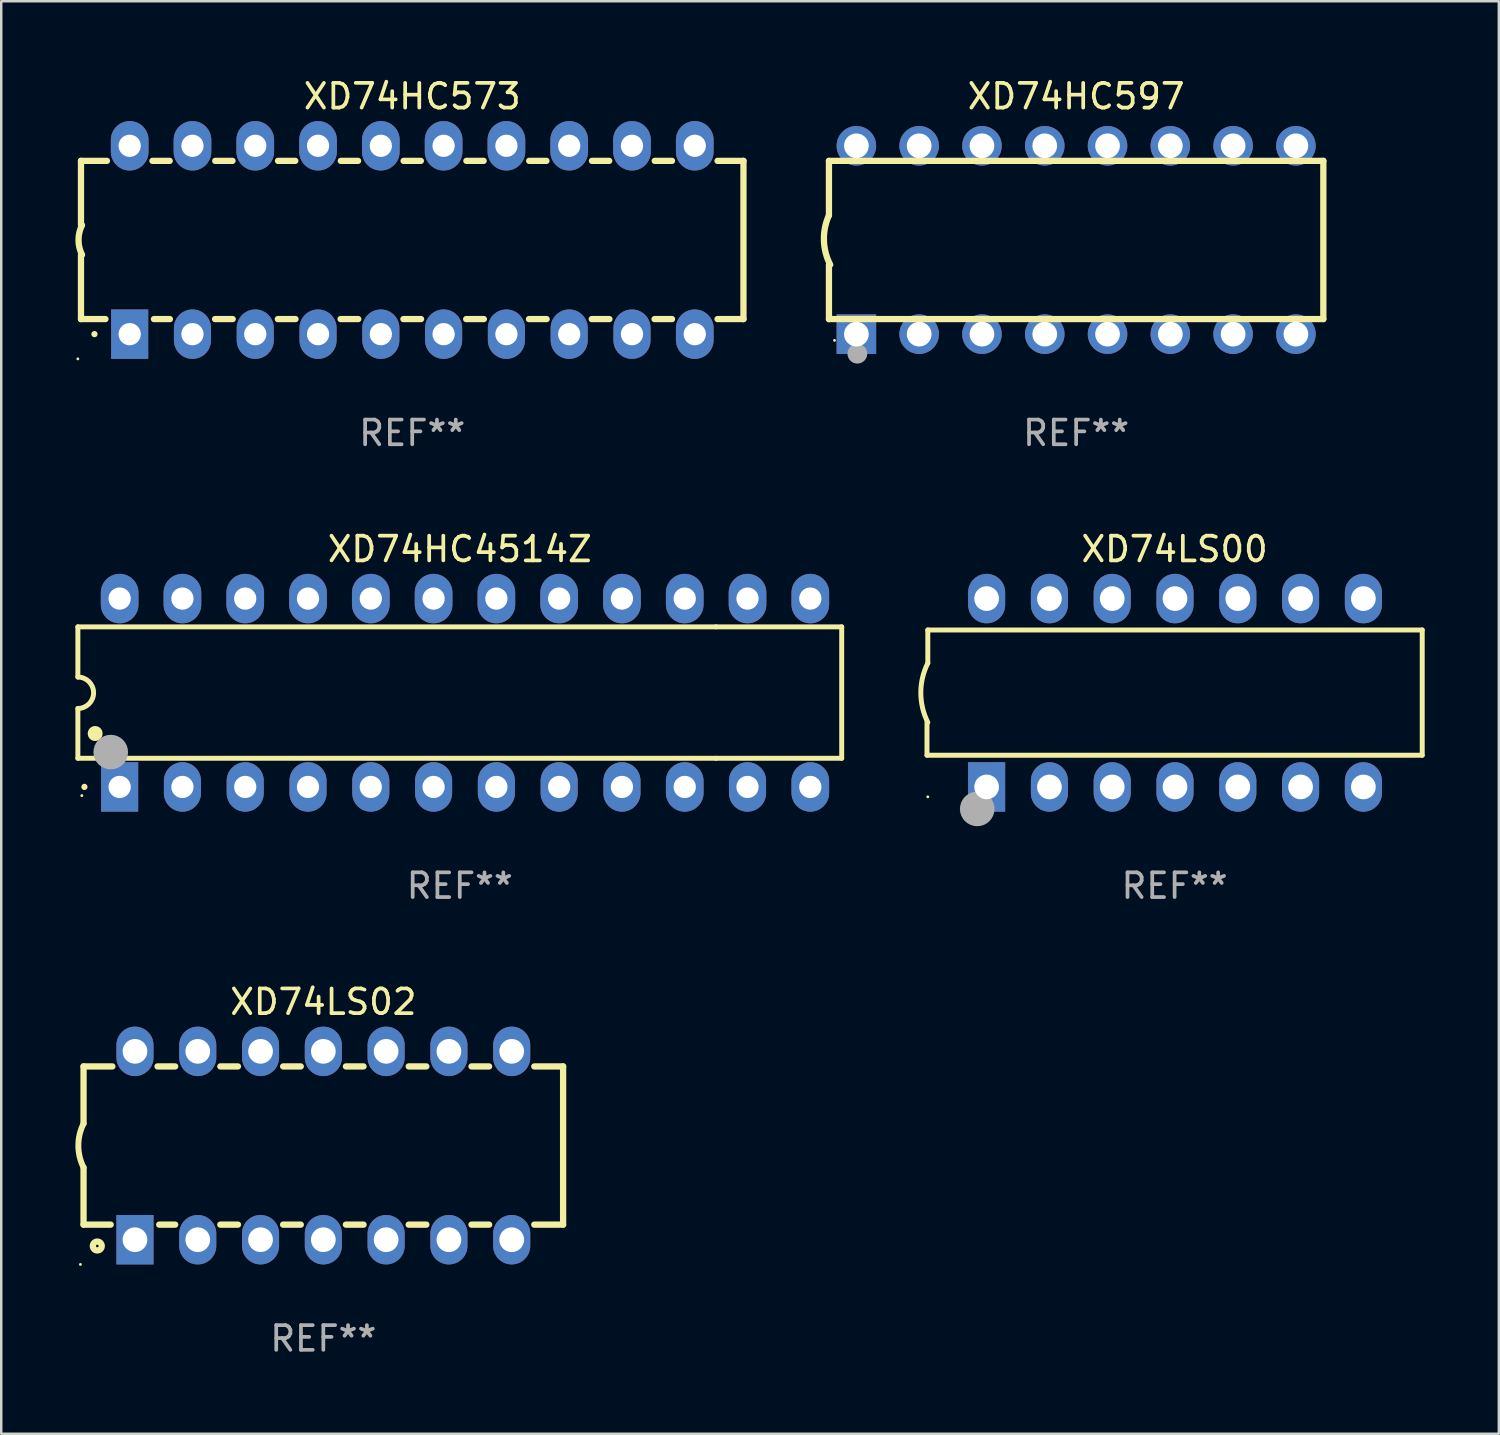
<source format=kicad_pcb>
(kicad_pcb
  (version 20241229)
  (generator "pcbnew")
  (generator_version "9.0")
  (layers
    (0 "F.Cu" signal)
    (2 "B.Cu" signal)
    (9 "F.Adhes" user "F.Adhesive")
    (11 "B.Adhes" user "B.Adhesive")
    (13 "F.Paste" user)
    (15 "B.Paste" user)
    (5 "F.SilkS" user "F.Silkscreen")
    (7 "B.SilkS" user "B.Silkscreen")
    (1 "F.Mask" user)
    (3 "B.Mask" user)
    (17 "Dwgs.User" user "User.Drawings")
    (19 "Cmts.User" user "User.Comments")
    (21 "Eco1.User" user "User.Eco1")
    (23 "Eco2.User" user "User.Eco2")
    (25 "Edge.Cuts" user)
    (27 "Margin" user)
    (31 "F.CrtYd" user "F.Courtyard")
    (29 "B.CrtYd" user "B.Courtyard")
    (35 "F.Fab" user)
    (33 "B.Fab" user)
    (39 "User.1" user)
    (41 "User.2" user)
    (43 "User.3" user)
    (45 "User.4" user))
  (footprint "XD74LS00"
    (layer "F.Cu")
    (at 44.467 24.975)
    (property "Reference" "XD74LS00" (at 0 -5.81 0) (layer "F.SilkS") (effects (font (size 1 1) (thickness 0.15))))
    (attr through_hole)
    (fp_line (start -10.017 2.527) (end -10.017 1.199) (stroke (width 0.2) (type solid)) (layer "F.SilkS"))
    (fp_line (start -9.984 -2.54) (end 10.017 -2.54) (stroke (width 0.2) (type solid)) (layer "F.SilkS"))
    (fp_line (start -9.984 -1.2) (end -9.984 -2.54) (stroke (width 0.2) (type solid)) (layer "F.SilkS"))
    (fp_line (start 10.017 -2.54) (end 10.017 2.527) (stroke (width 0.2) (type solid)) (layer "F.SilkS"))
    (fp_line (start 10.017 2.527) (end -10.017 2.527) (stroke (width 0.2) (type solid)) (layer "F.SilkS"))
    (fp_arc (start -9.983503 1.198882) (mid -10.266661 -0.000556) (end -9.983528 -1.2) (stroke (width 0.2) (type solid)) (layer "F.SilkS"))
    (fp_circle (center -9.984 4.21) (end -9.954 4.21) (stroke (width 0.06) (type solid)) (fill no) (layer "F.SilkS"))
    (fp_circle (center -7.985 4.699) (end -7.635 4.699) (stroke (width 0.7) (type solid)) (fill no) (layer "F.Fab"))
    (fp_text user "REF**" (at 0 7.81 0) (layer "F.Fab") (effects (font (size 1 1) (thickness 0.15))))
    (pad "1" thru_hole rect (at -7.604 3.81 90) (size 2 1.5) (drill 1) (layers "*.Cu" "*.Mask"))
    (pad "2" thru_hole oval (at -5.064 3.81 90) (size 2 1.5) (drill 1) (layers "*.Cu" "*.Mask"))
    (pad "3" thru_hole oval (at -2.524 3.81 90) (size 2 1.5) (drill 1) (layers "*.Cu" "*.Mask"))
    (pad "4" thru_hole oval (at 0.016 3.81 90) (size 2 1.5) (drill 1) (layers "*.Cu" "*.Mask"))
    (pad "5" thru_hole oval (at 2.557 3.81 90) (size 2 1.5) (drill 1) (layers "*.Cu" "*.Mask"))
    (pad "6" thru_hole oval (at 5.097 3.81 90) (size 2 1.5) (drill 1) (layers "*.Cu" "*.Mask"))
    (pad "7" thru_hole oval (at 7.637 3.81 90) (size 2 1.5) (drill 1) (layers "*.Cu" "*.Mask"))
    (pad "8" thru_hole oval (at 7.637 -3.81 90) (size 2 1.5) (drill 1) (layers "*.Cu" "*.Mask"))
    (pad "9" thru_hole oval (at 5.097 -3.81 90) (size 2 1.5) (drill 1) (layers "*.Cu" "*.Mask"))
    (pad "10" thru_hole oval (at 2.557 -3.81 90) (size 2 1.5) (drill 1) (layers "*.Cu" "*.Mask"))
    (pad "11" thru_hole oval (at 0.016 -3.81 90) (size 2 1.5) (drill 1) (layers "*.Cu" "*.Mask"))
    (pad "12" thru_hole oval (at -2.524 -3.81 90) (size 2 1.5) (drill 1) (layers "*.Cu" "*.Mask"))
    (pad "13" thru_hole oval (at -5.064 -3.81 90) (size 2 1.5) (drill 1) (layers "*.Cu" "*.Mask"))
    (pad "14" thru_hole oval (at -7.604 -3.81 90) (size 2 1.5) (drill 1) (layers "*.Cu" "*.Mask")))
  (footprint "XD74LS02"
    (layer "F.Cu")
    (at 10.03 43.291)
    (property "Reference" "XD74LS02" (at 0 -5.81 0) (layer "F.SilkS") (effects (font (size 1 1) (thickness 0.15))))
    (attr through_hole)
    (fp_line (start -9.7 -3.2) (end -9.7 -0.889) (stroke (width 0.254) (type solid)) (layer "F.SilkS"))
    (fp_line (start -9.7 -3.2) (end -8.533 -3.2) (stroke (width 0.254) (type solid)) (layer "F.SilkS"))
    (fp_line (start -9.7 3.2) (end -9.7 0.889) (stroke (width 0.254) (type solid)) (layer "F.SilkS"))
    (fp_line (start -9.7 3.2) (end -8.601 3.2) (stroke (width 0.254) (type solid)) (layer "F.SilkS"))
    (fp_line (start -6.707 -3.2) (end -5.993 -3.2) (stroke (width 0.254) (type solid)) (layer "F.SilkS"))
    (fp_line (start -6.639 3.2) (end -5.993 3.2) (stroke (width 0.254) (type solid)) (layer "F.SilkS"))
    (fp_line (start -4.168 3.2) (end -3.453 3.2) (stroke (width 0.254) (type solid)) (layer "F.SilkS"))
    (fp_line (start -4.167 -3.2) (end -3.453 -3.2) (stroke (width 0.254) (type solid)) (layer "F.SilkS"))
    (fp_line (start -1.628 3.2) (end -0.912 3.2) (stroke (width 0.254) (type solid)) (layer "F.SilkS"))
    (fp_line (start -1.627 -3.2) (end -0.913 -3.2) (stroke (width 0.254) (type solid)) (layer "F.SilkS"))
    (fp_line (start 0.912 3.2) (end 1.628 3.2) (stroke (width 0.254) (type solid)) (layer "F.SilkS"))
    (fp_line (start 0.913 -3.2) (end 1.627 -3.2) (stroke (width 0.254) (type solid)) (layer "F.SilkS"))
    (fp_line (start 3.453 3.2) (end 4.168 3.2) (stroke (width 0.254) (type solid)) (layer "F.SilkS"))
    (fp_line (start 3.453 -3.2) (end 4.167 -3.2) (stroke (width 0.254) (type solid)) (layer "F.SilkS"))
    (fp_line (start 5.993 3.2) (end 6.708 3.2) (stroke (width 0.254) (type solid)) (layer "F.SilkS"))
    (fp_line (start 5.993 -3.2) (end 6.707 -3.2) (stroke (width 0.254) (type solid)) (layer "F.SilkS"))
    (fp_line (start 8.533 3.2) (end 9.7 3.2) (stroke (width 0.254) (type solid)) (layer "F.SilkS"))
    (fp_line (start 8.533 -3.2) (end 9.7 -3.2) (stroke (width 0.254) (type solid)) (layer "F.SilkS"))
    (fp_line (start 9.7 3.2) (end 9.7 -3.2) (stroke (width 0.254) (type solid)) (layer "F.SilkS"))
    (fp_arc (start -9.699822 0.889002) (mid -9.909826 0.000048) (end -9.700229 -0.889002) (stroke (width 0.240005) (type solid)) (layer "F.SilkS"))
    (fp_circle (center -9.827 4.81) (end -9.797 4.81) (stroke (width 0.06) (type solid)) (fill no) (layer "F.SilkS"))
    (fp_circle (center -9.144 4.064) (end -8.964 4.064) (stroke (width 0.254) (type solid)) (fill no) (layer "F.SilkS"))
    (fp_text user "REF**" (at 0 7.81 0) (layer "F.Fab") (effects (font (size 1 1) (thickness 0.15))))
    (pad "1" thru_hole rect (at -7.62 3.81 90) (size 2 1.5) (drill 1) (layers "*.Cu" "*.Mask"))
    (pad "2" thru_hole oval (at -5.08 3.81 90) (size 2 1.5) (drill 1) (layers "*.Cu" "*.Mask"))
    (pad "3" thru_hole oval (at -2.54 3.81 90) (size 2 1.5) (drill 1) (layers "*.Cu" "*.Mask"))
    (pad "4" thru_hole oval (at 0 3.81 90) (size 2 1.5) (drill 1) (layers "*.Cu" "*.Mask"))
    (pad "5" thru_hole oval (at 2.54 3.81 90) (size 2 1.5) (drill 1) (layers "*.Cu" "*.Mask"))
    (pad "6" thru_hole oval (at 5.08 3.81 90) (size 2 1.5) (drill 1) (layers "*.Cu" "*.Mask"))
    (pad "7" thru_hole oval (at 7.62 3.81 90) (size 2 1.5) (drill 1) (layers "*.Cu" "*.Mask"))
    (pad "8" thru_hole oval (at 7.62 -3.81 90) (size 2 1.5) (drill 1) (layers "*.Cu" "*.Mask"))
    (pad "9" thru_hole oval (at 5.08 -3.81 90) (size 2 1.5) (drill 1) (layers "*.Cu" "*.Mask"))
    (pad "10" thru_hole oval (at 2.54 -3.81 90) (size 2 1.5) (drill 1) (layers "*.Cu" "*.Mask"))
    (pad "11" thru_hole oval (at 0 -3.81 90) (size 2 1.5) (drill 1) (layers "*.Cu" "*.Mask"))
    (pad "12" thru_hole oval (at -2.54 -3.81 90) (size 2 1.5) (drill 1) (layers "*.Cu" "*.Mask"))
    (pad "13" thru_hole oval (at -5.08 -3.81 90) (size 2 1.5) (drill 1) (layers "*.Cu" "*.Mask"))
    (pad "14" thru_hole oval (at -7.62 -3.81 90) (size 2 1.5) (drill 1) (layers "*.Cu" "*.Mask")))
  (footprint "XD74HC4514Z"
    (layer "F.Cu")
    (at 15.55 24.975)
    (property "Reference" "XD74HC4514Z" (at 0 -5.81 0) (layer "F.SilkS") (effects (font (size 1 1) (thickness 0.15))))
    (attr through_hole)
    (fp_line (start -15.45 -2.667) (end 10.37 -2.667) (stroke (width 0.2) (type solid)) (layer "F.SilkS"))
    (fp_line (start -15.45 -0.635) (end -15.45 -2.667) (stroke (width 0.2) (type solid)) (layer "F.SilkS"))
    (fp_line (start -15.45 2.65) (end -15.45 0.635) (stroke (width 0.2) (type solid)) (layer "F.SilkS"))
    (fp_line (start 10.37 -2.667) (end 15.45 -2.667) (stroke (width 0.2) (type solid)) (layer "F.SilkS"))
    (fp_line (start 10.37 2.65) (end -15.45 2.65) (stroke (width 0.2) (type solid)) (layer "F.SilkS"))
    (fp_line (start 15.45 -2.667) (end 15.45 2.65) (stroke (width 0.2) (type solid)) (layer "F.SilkS"))
    (fp_line (start 15.45 2.65) (end 10.37 2.65) (stroke (width 0.2) (type solid)) (layer "F.SilkS"))
    (fp_arc (start -15.449136 -0.635104) (mid -14.814134 -0.000102) (end -15.449136 0.6349) (stroke (width 0.2) (type solid)) (layer "F.SilkS"))
    (fp_arc (start -15.184976 3.809906) (mid -15.184983 3.808636) (end -15.184976 3.807366) (stroke (width 0.25) (type solid)) (layer "F.SilkS"))
    (fp_arc (start -14.750635 1.650902) (mid -14.750646 1.648362) (end -14.750635 1.645822) (stroke (width 0.6) (type solid)) (layer "F.SilkS"))
    (fp_circle (center -15.29 4.16) (end -15.26 4.16) (stroke (width 0.06) (type solid)) (fill no) (layer "F.SilkS"))
    (fp_circle (center -14.12 2.4) (end -13.77 2.4) (stroke (width 0.7) (type solid)) (fill no) (layer "F.Fab"))
    (fp_text user "REF**" (at 0 7.81 0) (layer "F.Fab") (effects (font (size 1 1) (thickness 0.15))))
    (pad "1" thru_hole rect (at -13.76 3.81 90) (size 2 1.5) (drill 0.9) (layers "*.Cu" "*.Mask"))
    (pad "2" thru_hole oval (at -11.22 3.81 90) (size 2 1.5) (drill 0.9) (layers "*.Cu" "*.Mask"))
    (pad "3" thru_hole oval (at -8.68 3.81 90) (size 2 1.5) (drill 0.9) (layers "*.Cu" "*.Mask"))
    (pad "4" thru_hole oval (at -6.14 3.81 90) (size 2 1.5) (drill 0.9) (layers "*.Cu" "*.Mask"))
    (pad "5" thru_hole oval (at -3.6 3.81 90) (size 2 1.5) (drill 0.9) (layers "*.Cu" "*.Mask"))
    (pad "6" thru_hole oval (at -1.06 3.81 90) (size 2 1.5) (drill 0.9) (layers "*.Cu" "*.Mask"))
    (pad "7" thru_hole oval (at 1.48 3.81 90) (size 2 1.5) (drill 0.9) (layers "*.Cu" "*.Mask"))
    (pad "8" thru_hole oval (at 4.02 3.81 90) (size 2 1.5) (drill 0.9) (layers "*.Cu" "*.Mask"))
    (pad "9" thru_hole oval (at 6.56 3.81 90) (size 2 1.5) (drill 0.9) (layers "*.Cu" "*.Mask"))
    (pad "10" thru_hole oval (at 9.1 3.81 90) (size 2 1.524) (drill 0.9) (layers "*.Cu" "*.Mask"))
    (pad "11" thru_hole oval (at 11.64 3.81 90) (size 2 1.5) (drill 0.9) (layers "*.Cu" "*.Mask"))
    (pad "12" thru_hole oval (at 14.18 3.81 90) (size 2 1.524) (drill 0.9) (layers "*.Cu" "*.Mask"))
    (pad "13" thru_hole oval (at 14.18 -3.81 90) (size 2 1.524) (drill 0.9) (layers "*.Cu" "*.Mask"))
    (pad "14" thru_hole oval (at 11.64 -3.81 90) (size 2 1.524) (drill 0.9) (layers "*.Cu" "*.Mask"))
    (pad "15" thru_hole oval (at 9.1 -3.81 90) (size 2 1.524) (drill 0.9) (layers "*.Cu" "*.Mask"))
    (pad "16" thru_hole oval (at 6.56 -3.81 90) (size 2 1.524) (drill 0.9) (layers "*.Cu" "*.Mask"))
    (pad "17" thru_hole oval (at 4.02 -3.81 90) (size 2 1.524) (drill 0.9) (layers "*.Cu" "*.Mask"))
    (pad "18" thru_hole oval (at 1.48 -3.81 90) (size 2 1.524) (drill 0.9) (layers "*.Cu" "*.Mask"))
    (pad "19" thru_hole oval (at -1.06 -3.81 90) (size 2 1.524) (drill 0.9) (layers "*.Cu" "*.Mask"))
    (pad "20" thru_hole oval (at -3.6 -3.81 90) (size 2 1.524) (drill 0.9) (layers "*.Cu" "*.Mask"))
    (pad "21" thru_hole oval (at -6.14 -3.81 90) (size 2 1.524) (drill 0.9) (layers "*.Cu" "*.Mask"))
    (pad "22" thru_hole oval (at -8.68 -3.81 90) (size 2 1.524) (drill 0.9) (layers "*.Cu" "*.Mask"))
    (pad "23" thru_hole oval (at -11.22 -3.81 90) (size 2 1.524) (drill 0.9) (layers "*.Cu" "*.Mask"))
    (pad "24" thru_hole oval (at -13.76 -3.81 90) (size 2 1.524) (drill 0.9) (layers "*.Cu" "*.Mask")))
  (footprint "XD74HC597"
    (layer "F.Cu")
    (at 40.484 6.658)
    (property "Reference" "XD74HC597" (at 0 -5.81 0) (layer "F.SilkS") (effects (font (size 1 1) (thickness 0.15))))
    (attr through_hole)
    (fp_line (start -10 -0.998) (end -10 -3.198) (stroke (width 0.254) (type solid)) (layer "F.SilkS"))
    (fp_line (start -10 3.2) (end -10 1) (stroke (width 0.254) (type solid)) (layer "F.SilkS"))
    (fp_line (start 10 -3.2) (end -10 -3.2) (stroke (width 0.254) (type solid)) (layer "F.SilkS"))
    (fp_line (start 10 3.2) (end -10 3.2) (stroke (width 0.254) (type solid)) (layer "F.SilkS"))
    (fp_line (start 10 3.2) (end 10 -3.2) (stroke (width 0.254) (type solid)) (layer "F.SilkS"))
    (fp_arc (start -9.949975 0.999974) (mid -10.203153 0.005693) (end -9.999987 -1) (stroke (width 0.254001) (type solid)) (layer "F.SilkS"))
    (fp_circle (center -9.775 4.06) (end -9.745 4.06) (stroke (width 0.06) (type solid)) (fill no) (layer "F.SilkS"))
    (fp_circle (center -8.85 4.6) (end -8.65 4.6) (stroke (width 0.4) (type solid)) (fill no) (layer "F.Fab"))
    (fp_text user "REF**" (at 0 7.81 0) (layer "F.Fab") (effects (font (size 1 1) (thickness 0.15))))
    (pad "1" thru_hole rect (at -8.89 3.81 90) (size 1.6 1.6) (drill 1) (layers "*.Cu" "*.Mask"))
    (pad "2" thru_hole circle (at -6.35 3.81) (size 1.6 1.6) (drill 1) (layers "*.Cu" "*.Mask"))
    (pad "3" thru_hole circle (at -3.81 3.81) (size 1.6 1.6) (drill 1) (layers "*.Cu" "*.Mask"))
    (pad "4" thru_hole circle (at -1.27 3.81) (size 1.6 1.6) (drill 1) (layers "*.Cu" "*.Mask"))
    (pad "5" thru_hole circle (at 1.27 3.81) (size 1.6 1.6) (drill 1) (layers "*.Cu" "*.Mask"))
    (pad "6" thru_hole circle (at 3.81 3.81) (size 1.6 1.6) (drill 1) (layers "*.Cu" "*.Mask"))
    (pad "7" thru_hole circle (at 6.35 3.81) (size 1.6 1.6) (drill 1) (layers "*.Cu" "*.Mask"))
    (pad "8" thru_hole circle (at 8.89 3.81) (size 1.6 1.6) (drill 1) (layers "*.Cu" "*.Mask"))
    (pad "9" thru_hole circle (at 8.89 -3.81) (size 1.6 1.6) (drill 1) (layers "*.Cu" "*.Mask"))
    (pad "10" thru_hole circle (at 6.35 -3.81) (size 1.6 1.6) (drill 1) (layers "*.Cu" "*.Mask"))
    (pad "11" thru_hole circle (at 3.81 -3.81) (size 1.6 1.6) (drill 1) (layers "*.Cu" "*.Mask"))
    (pad "12" thru_hole circle (at 1.27 -3.81) (size 1.6 1.6) (drill 1) (layers "*.Cu" "*.Mask"))
    (pad "13" thru_hole circle (at -1.27 -3.81) (size 1.6 1.6) (drill 1) (layers "*.Cu" "*.Mask"))
    (pad "14" thru_hole circle (at -3.81 -3.81) (size 1.6 1.6) (drill 1) (layers "*.Cu" "*.Mask"))
    (pad "15" thru_hole circle (at -6.35 -3.81) (size 1.6 1.6) (drill 1) (layers "*.Cu" "*.Mask"))
    (pad "16" thru_hole circle (at -8.89 -3.81) (size 1.6 1.6) (drill 1) (layers "*.Cu" "*.Mask")))
  (footprint "XD74HC573"
    (layer "F.Cu")
    (at 13.626 6.658)
    (property "Reference" "XD74HC573" (at 0 -5.81 0) (layer "F.SilkS") (effects (font (size 1 1) (thickness 0.15))))
    (attr through_hole)
    (fp_line (start -13.4 -3.2) (end -12.351 -3.2) (stroke (width 0.254) (type solid)) (layer "F.SilkS"))
    (fp_line (start -13.4 -0.6) (end -13.4 -3.2) (stroke (width 0.254) (type solid)) (layer "F.SilkS"))
    (fp_line (start -13.4 3.2) (end -13.4 0.6) (stroke (width 0.254) (type solid)) (layer "F.SilkS"))
    (fp_line (start -13.4 3.2) (end -12.411 3.2) (stroke (width 0.254) (type solid)) (layer "F.SilkS"))
    (fp_line (start -10.509 -3.2) (end -9.811 -3.2) (stroke (width 0.254) (type solid)) (layer "F.SilkS"))
    (fp_line (start -10.449 3.2) (end -9.803 3.2) (stroke (width 0.254) (type solid)) (layer "F.SilkS"))
    (fp_line (start -7.977 3.2) (end -7.263 3.2) (stroke (width 0.254) (type solid)) (layer "F.SilkS"))
    (fp_line (start -7.969 -3.2) (end -7.271 -3.2) (stroke (width 0.254) (type solid)) (layer "F.SilkS"))
    (fp_line (start -5.437 3.2) (end -4.723 3.2) (stroke (width 0.254) (type solid)) (layer "F.SilkS"))
    (fp_line (start -5.429 -3.2) (end -4.731 -3.2) (stroke (width 0.254) (type solid)) (layer "F.SilkS"))
    (fp_line (start -2.897 3.2) (end -2.183 3.2) (stroke (width 0.254) (type solid)) (layer "F.SilkS"))
    (fp_line (start -2.889 -3.2) (end -2.191 -3.2) (stroke (width 0.254) (type solid)) (layer "F.SilkS"))
    (fp_line (start -0.357 3.2) (end 0.357 3.2) (stroke (width 0.254) (type solid)) (layer "F.SilkS"))
    (fp_line (start -0.349 -3.2) (end 0.349 -3.2) (stroke (width 0.254) (type solid)) (layer "F.SilkS"))
    (fp_line (start 2.183 3.2) (end 2.897 3.2) (stroke (width 0.254) (type solid)) (layer "F.SilkS"))
    (fp_line (start 2.191 -3.2) (end 2.889 -3.2) (stroke (width 0.254) (type solid)) (layer "F.SilkS"))
    (fp_line (start 4.723 3.2) (end 5.437 3.2) (stroke (width 0.254) (type solid)) (layer "F.SilkS"))
    (fp_line (start 4.731 -3.2) (end 5.429 -3.2) (stroke (width 0.254) (type solid)) (layer "F.SilkS"))
    (fp_line (start 7.263 3.2) (end 7.977 3.2) (stroke (width 0.254) (type solid)) (layer "F.SilkS"))
    (fp_line (start 7.271 -3.2) (end 7.969 -3.2) (stroke (width 0.254) (type solid)) (layer "F.SilkS"))
    (fp_line (start 9.803 3.2) (end 10.509 3.2) (stroke (width 0.254) (type solid)) (layer "F.SilkS"))
    (fp_line (start 9.811 -3.2) (end 10.509 -3.2) (stroke (width 0.254) (type solid)) (layer "F.SilkS"))
    (fp_line (start 12.351 -3.2) (end 13.4 -3.2) (stroke (width 0.254) (type solid)) (layer "F.SilkS"))
    (fp_line (start 12.351 3.2) (end 13.4 3.2) (stroke (width 0.254) (type solid)) (layer "F.SilkS"))
    (fp_line (start 13.4 -3.2) (end 13.4 3.2) (stroke (width 0.254) (type solid)) (layer "F.SilkS"))
    (fp_arc (start -13.357557 0.599721) (mid -13.499295 0.000123) (end -13.358598 -0.599721) (stroke (width 0.254001) (type solid)) (layer "F.SilkS"))
    (fp_arc (start -12.854966 3.810008) (mid -12.854973 3.808738) (end -12.854966 3.807468) (stroke (width 0.25) (type solid)) (layer "F.SilkS"))
    (fp_circle (center -13.527 4.81) (end -13.497 4.81) (stroke (width 0.06) (type solid)) (fill no) (layer "F.SilkS"))
    (fp_text user "REF**" (at 0 7.81 0) (layer "F.Fab") (effects (font (size 1 1) (thickness 0.15))))
    (pad "1" thru_hole rect (at -11.43 3.81 90) (size 2 1.5) (drill 0.9) (layers "*.Cu" "*.Mask"))
    (pad "2" thru_hole oval (at -8.89 3.81 90) (size 2 1.5) (drill 0.9) (layers "*.Cu" "*.Mask"))
    (pad "3" thru_hole oval (at -6.35 3.81 90) (size 2 1.5) (drill 0.9) (layers "*.Cu" "*.Mask"))
    (pad "4" thru_hole oval (at -3.81 3.81 90) (size 2 1.5) (drill 0.9) (layers "*.Cu" "*.Mask"))
    (pad "5" thru_hole oval (at -1.27 3.81 90) (size 2 1.5) (drill 0.9) (layers "*.Cu" "*.Mask"))
    (pad "6" thru_hole oval (at 1.27 3.81 90) (size 2 1.5) (drill 0.9) (layers "*.Cu" "*.Mask"))
    (pad "7" thru_hole oval (at 3.81 3.81 90) (size 2 1.5) (drill 0.9) (layers "*.Cu" "*.Mask"))
    (pad "8" thru_hole oval (at 6.35 3.81 90) (size 2 1.5) (drill 0.9) (layers "*.Cu" "*.Mask"))
    (pad "9" thru_hole oval (at 8.89 3.81 90) (size 2 1.5) (drill 0.9) (layers "*.Cu" "*.Mask"))
    (pad "10" thru_hole oval (at 11.43 3.81 90) (size 2 1.524) (drill 0.9) (layers "*.Cu" "*.Mask"))
    (pad "11" thru_hole oval (at 11.43 -3.81 90) (size 2 1.524) (drill 0.9) (layers "*.Cu" "*.Mask"))
    (pad "12" thru_hole oval (at 8.89 -3.81 90) (size 2 1.524) (drill 0.9) (layers "*.Cu" "*.Mask"))
    (pad "13" thru_hole oval (at 6.35 -3.81 90) (size 2 1.524) (drill 0.9) (layers "*.Cu" "*.Mask"))
    (pad "14" thru_hole oval (at 3.81 -3.81 90) (size 2 1.524) (drill 0.9) (layers "*.Cu" "*.Mask"))
    (pad "15" thru_hole oval (at 1.27 -3.81 90) (size 2 1.524) (drill 0.9) (layers "*.Cu" "*.Mask"))
    (pad "16" thru_hole oval (at -1.27 -3.81 90) (size 2 1.524) (drill 0.9) (layers "*.Cu" "*.Mask"))
    (pad "17" thru_hole oval (at -3.81 -3.81 90) (size 2 1.524) (drill 0.9) (layers "*.Cu" "*.Mask"))
    (pad "18" thru_hole oval (at -6.35 -3.81 90) (size 2 1.524) (drill 0.9) (layers "*.Cu" "*.Mask"))
    (pad "19" thru_hole oval (at -8.89 -3.81 90) (size 2 1.524) (drill 0.9) (layers "*.Cu" "*.Mask"))
    (pad "20" thru_hole oval (at -11.43 -3.81 90) (size 2 1.524) (drill 0.9) (layers "*.Cu" "*.Mask")))
  (gr_rect
    (start -3 -3)
    (end 57.583 54.95)
    (stroke (width 0.1) (type default))
    (fill no)
    (layer "Edge.Cuts")))
</source>
